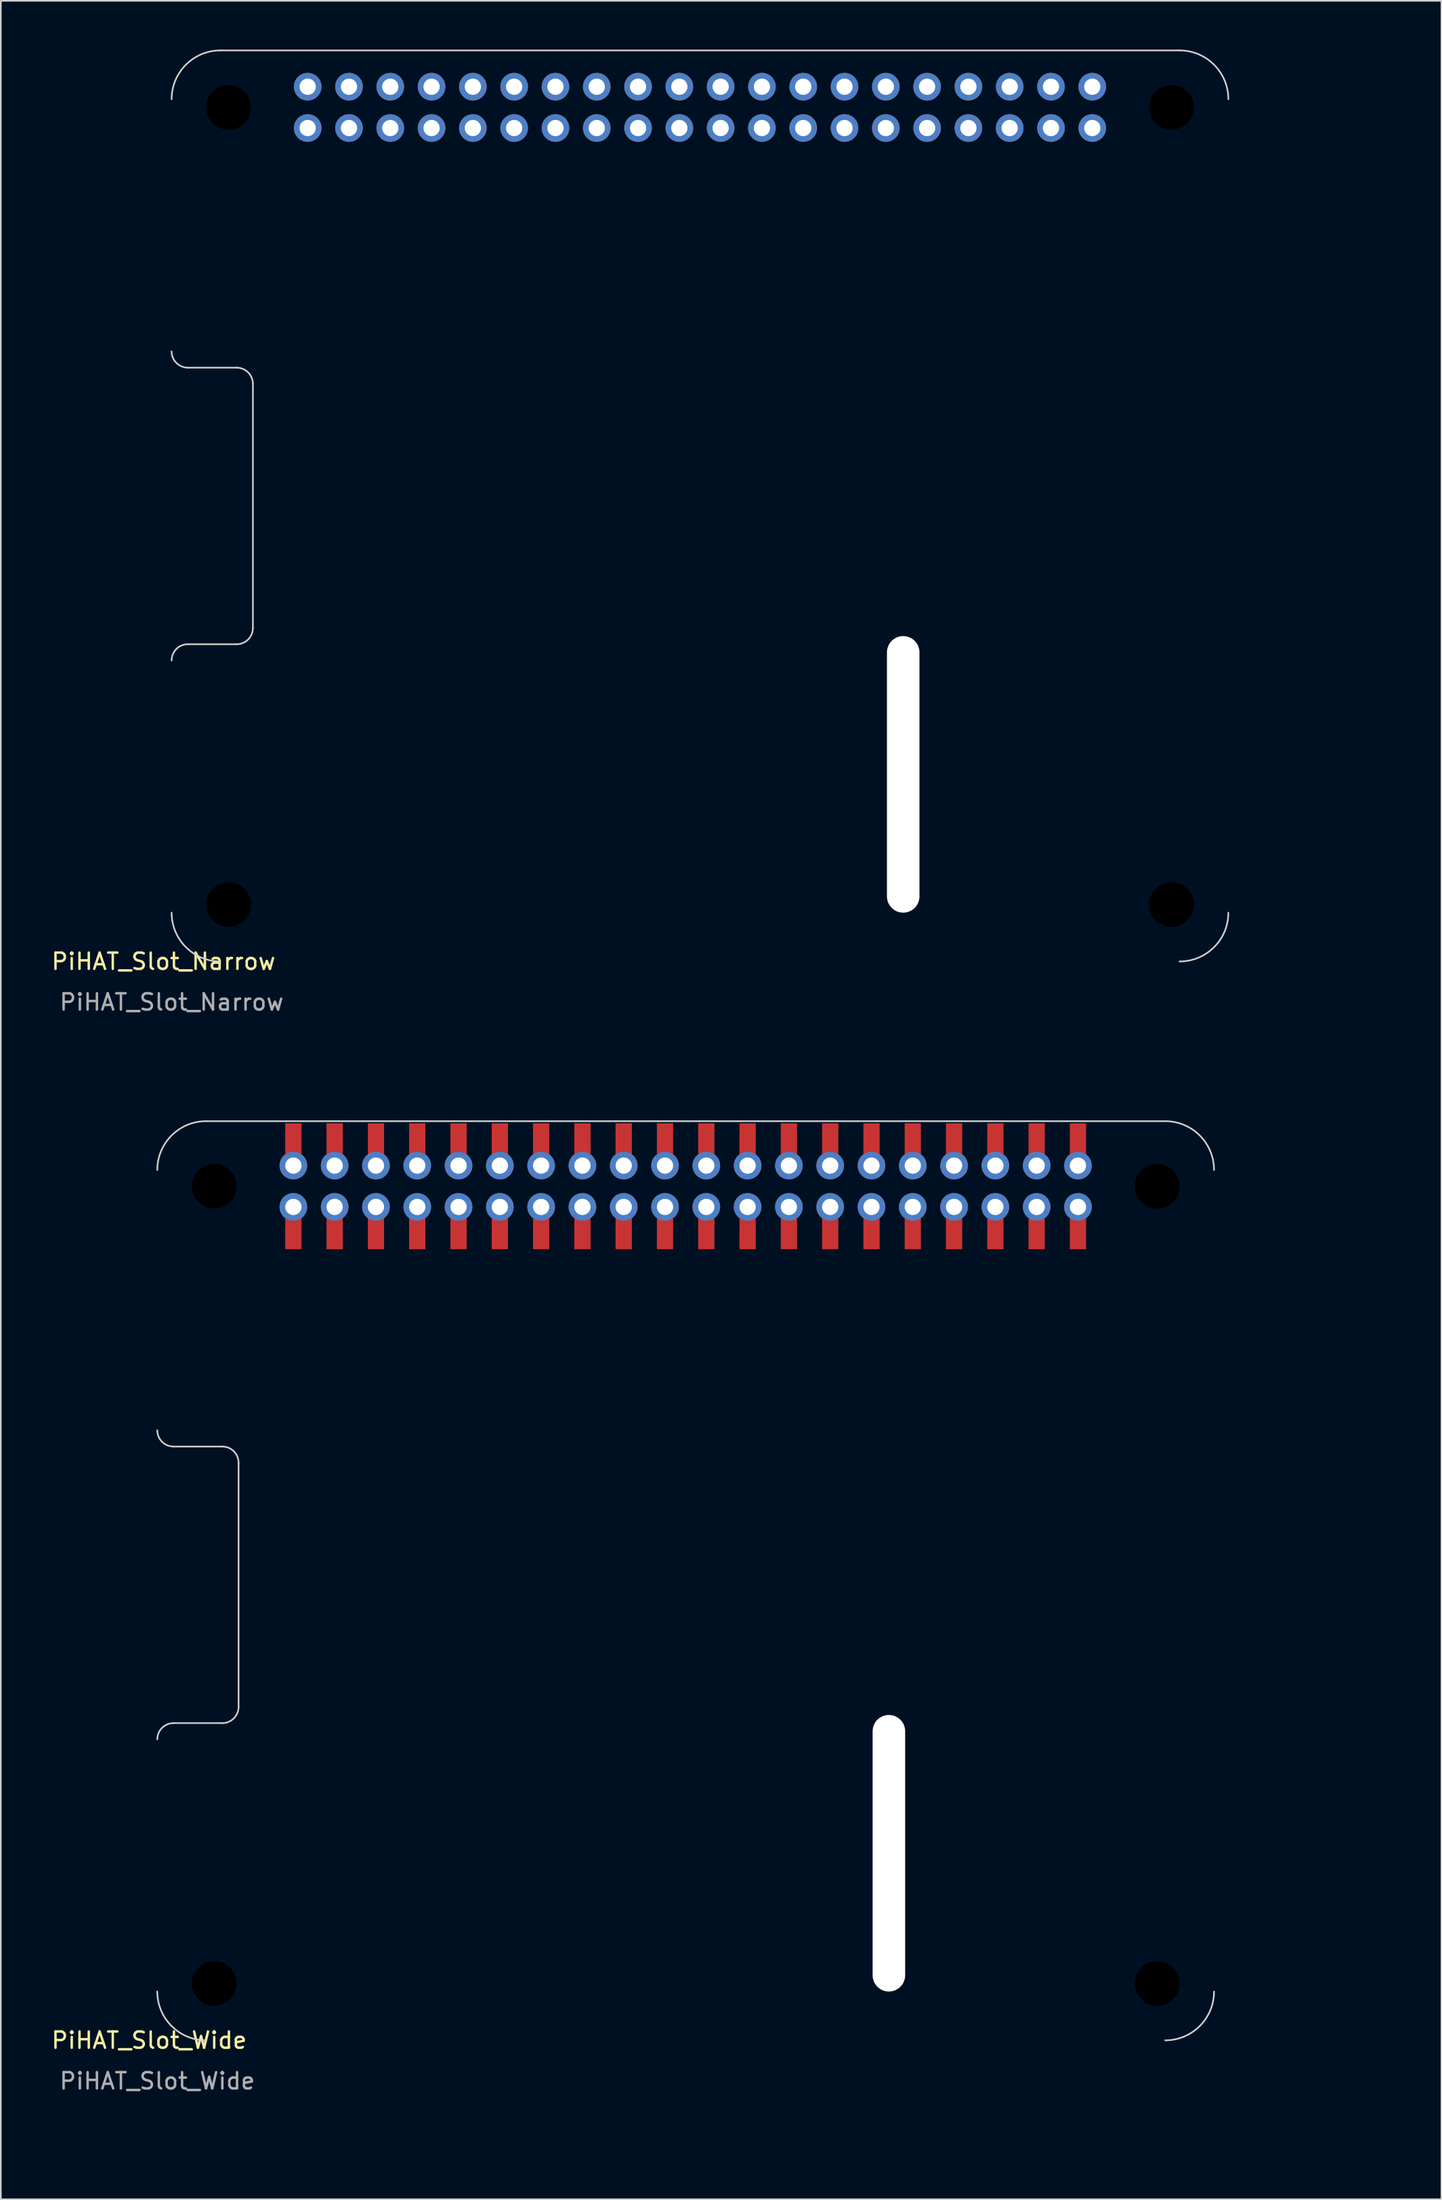
<source format=kicad_pcb>
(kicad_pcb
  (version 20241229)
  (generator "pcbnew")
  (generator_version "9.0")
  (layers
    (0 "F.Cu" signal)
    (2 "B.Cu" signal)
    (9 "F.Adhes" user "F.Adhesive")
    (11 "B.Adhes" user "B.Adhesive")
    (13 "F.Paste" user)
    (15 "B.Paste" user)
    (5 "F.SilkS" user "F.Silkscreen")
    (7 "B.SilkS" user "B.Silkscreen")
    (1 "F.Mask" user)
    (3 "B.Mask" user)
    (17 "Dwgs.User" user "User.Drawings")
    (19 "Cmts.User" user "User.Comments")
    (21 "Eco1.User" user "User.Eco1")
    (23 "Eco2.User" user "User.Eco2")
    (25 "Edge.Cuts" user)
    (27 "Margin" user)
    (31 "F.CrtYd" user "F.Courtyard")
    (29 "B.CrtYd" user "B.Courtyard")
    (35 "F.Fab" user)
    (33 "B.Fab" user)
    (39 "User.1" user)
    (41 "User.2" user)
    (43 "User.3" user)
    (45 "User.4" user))
  (footprint "PiHAT_Slot_Narrow"
    (layer "F.Cu")
    (at 14.606 3.55)
    (property "Reference" "PiHAT_Slot_Narrow" (at -7.6 52.5 0) (unlocked yes) (layer "F.SilkS") (effects (font (size 1 1) (thickness 0.15))))
    (attr through_hole)
    (fp_line (start -6.1 33) (end -3.1 33) (stroke (width 0.1) (type solid)) (layer "Edge.Cuts"))
    (fp_line (start -4.1 -3.5) (end 54.9 -3.5) (stroke (width 0.1) (type default)) (layer "Edge.Cuts"))
    (fp_line (start -3.1 16) (end -6.1 16) (stroke (width 0.1) (type solid)) (layer "Edge.Cuts"))
    (fp_line (start -2.1 32) (end -2.1 17) (stroke (width 0.1) (type solid)) (layer "Edge.Cuts"))
    (fp_arc (start -7.1 -0.5) (mid -6.22132 -2.62132) (end -4.1 -3.5) (stroke (width 0.1) (type solid)) (layer "Edge.Cuts"))
    (fp_arc (start -7.1 34) (mid -6.807106 33.292894) (end -6.1 33) (stroke (width 0.1) (type solid)) (layer "Edge.Cuts"))
    (fp_arc (start -6.1 16) (mid -6.807106 15.707106) (end -7.1 15) (stroke (width 0.1) (type solid)) (layer "Edge.Cuts"))
    (fp_arc (start -4.1 52.5) (mid -6.22132 51.62132) (end -7.1 49.5) (stroke (width 0.1) (type solid)) (layer "Edge.Cuts"))
    (fp_arc (start -3.1 16) (mid -2.392894 16.292894) (end -2.1 17) (stroke (width 0.1) (type solid)) (layer "Edge.Cuts"))
    (fp_arc (start -2.1 32) (mid -2.392894 32.707106) (end -3.1 33) (stroke (width 0.1) (type solid)) (layer "Edge.Cuts"))
    (fp_arc (start 54.9 -3.5) (mid 57.02132 -2.62132) (end 57.9 -0.5) (stroke (width 0.1) (type solid)) (layer "Edge.Cuts"))
    (fp_arc (start 57.9 49.5) (mid 57.02132 51.62132) (end 54.9 52.5) (stroke (width 0.1) (type solid)) (layer "Edge.Cuts"))
    (fp_line (start 37.9 33.5) (end 37.9 48.5) (stroke (width 2) (type solid)) (layer "User.1"))
    (fp_poly (pts (xy 56.94 8.68) (xy 51.86 8.68) (xy 51.86 3.6) (xy 56.94 3.6)) (stroke (width 0.12) (type solid)) (fill no) (layer "User.1"))
    (fp_text user "${REFERENCE}" (at -7.1 55 0) (unlocked yes) (layer "F.Fab") (effects (font (size 1 1) (thickness 0.15))))
    (fp_text user "x 37.9mm y 41mm" (at 45.72 55.88 0) (unlocked yes) (layer "User.1") (effects (font (size 1 1) (thickness 0.15))))
    (fp_text user "w 2mm h 17mm" (at 45.72 58.42 0) (unlocked yes) (layer "User.1") (effects (font (size 1 1) (thickness 0.15))))
    (fp_text user "POE header" (at 63.5 5.08 0) (unlocked yes) (layer "User.1") (effects (font (size 1 1) (thickness 0.15))))
    (fp_text user "Camera slot NPTH Mechanical Oval" (at 50.8 53.34 0) (unlocked yes) (layer "User.1") (effects (font (size 1 1) (thickness 0.15))))
    (pad "" np_thru_hole circle (at -3.6 0) (size 6.2 6.2) (drill 2.75) (layers "*.Mask"))
    (pad "" np_thru_hole circle (at -3.6 49) (size 6.2 6.2) (drill 2.75) (layers "*.Mask"))
    (pad "" np_thru_hole oval (at 37.9 41) (size 2 17) (drill oval 2 17) (layers "*.Cu" "*.Mask"))
    (pad "" np_thru_hole circle (at 54.4 0) (size 6.2 6.2) (drill 2.75) (layers "*.Mask"))
    (pad "" np_thru_hole circle (at 54.4 49) (size 6.2 6.2) (drill 2.75) (layers "*.Mask"))
    (pad "1" thru_hole circle (at 1.27 1.27) (size 1.7 1.7) (drill 1) (layers "*.Cu" "*.Mask"))
    (pad "2" thru_hole circle (at 1.27 -1.27) (size 1.7 1.7) (drill 1) (layers "*.Cu" "*.Mask"))
    (pad "3" thru_hole circle (at 3.81 1.27) (size 1.7 1.7) (drill 1) (layers "*.Cu" "*.Mask"))
    (pad "4" thru_hole circle (at 3.81 -1.27) (size 1.7 1.7) (drill 1) (layers "*.Cu" "*.Mask"))
    (pad "5" thru_hole circle (at 6.35 1.27) (size 1.7 1.7) (drill 1) (layers "*.Cu" "*.Mask"))
    (pad "6" thru_hole circle (at 6.35 -1.27) (size 1.7 1.7) (drill 1) (layers "*.Cu" "*.Mask"))
    (pad "7" thru_hole circle (at 8.89 1.27) (size 1.7 1.7) (drill 1) (layers "*.Cu" "*.Mask"))
    (pad "8" thru_hole circle (at 8.89 -1.27) (size 1.7 1.7) (drill 1) (layers "*.Cu" "*.Mask"))
    (pad "9" thru_hole circle (at 11.43 1.27) (size 1.7 1.7) (drill 1) (layers "*.Cu" "*.Mask"))
    (pad "10" thru_hole circle (at 11.43 -1.27) (size 1.7 1.7) (drill 1) (layers "*.Cu" "*.Mask"))
    (pad "11" thru_hole circle (at 13.97 1.27) (size 1.7 1.7) (drill 1) (layers "*.Cu" "*.Mask"))
    (pad "12" thru_hole circle (at 13.97 -1.27) (size 1.7 1.7) (drill 1) (layers "*.Cu" "*.Mask"))
    (pad "13" thru_hole circle (at 16.51 1.27) (size 1.7 1.7) (drill 1) (layers "*.Cu" "*.Mask"))
    (pad "14" thru_hole circle (at 16.51 -1.27) (size 1.7 1.7) (drill 1) (layers "*.Cu" "*.Mask"))
    (pad "15" thru_hole circle (at 19.05 1.27) (size 1.7 1.7) (drill 1) (layers "*.Cu" "*.Mask"))
    (pad "16" thru_hole circle (at 19.05 -1.27) (size 1.7 1.7) (drill 1) (layers "*.Cu" "*.Mask"))
    (pad "17" thru_hole circle (at 21.59 1.27) (size 1.7 1.7) (drill 1) (layers "*.Cu" "*.Mask"))
    (pad "18" thru_hole circle (at 21.59 -1.27) (size 1.7 1.7) (drill 1) (layers "*.Cu" "*.Mask"))
    (pad "19" thru_hole circle (at 24.13 1.27) (size 1.7 1.7) (drill 1) (layers "*.Cu" "*.Mask"))
    (pad "20" thru_hole circle (at 24.13 -1.27) (size 1.7 1.7) (drill 1) (layers "*.Cu" "*.Mask"))
    (pad "21" thru_hole circle (at 26.67 1.27) (size 1.7 1.7) (drill 1) (layers "*.Cu" "*.Mask"))
    (pad "22" thru_hole circle (at 26.67 -1.27) (size 1.7 1.7) (drill 1) (layers "*.Cu" "*.Mask"))
    (pad "23" thru_hole circle (at 29.21 1.27) (size 1.7 1.7) (drill 1) (layers "*.Cu" "*.Mask"))
    (pad "24" thru_hole circle (at 29.21 -1.27) (size 1.7 1.7) (drill 1) (layers "*.Cu" "*.Mask"))
    (pad "25" thru_hole circle (at 31.75 1.27) (size 1.7 1.7) (drill 1) (layers "*.Cu" "*.Mask"))
    (pad "26" thru_hole circle (at 31.75 -1.27) (size 1.7 1.7) (drill 1) (layers "*.Cu" "*.Mask"))
    (pad "27" thru_hole circle (at 34.29 1.27) (size 1.7 1.7) (drill 1) (layers "*.Cu" "*.Mask"))
    (pad "28" thru_hole circle (at 34.29 -1.27) (size 1.7 1.7) (drill 1) (layers "*.Cu" "*.Mask"))
    (pad "29" thru_hole circle (at 36.83 1.27) (size 1.7 1.7) (drill 1) (layers "*.Cu" "*.Mask"))
    (pad "30" thru_hole circle (at 36.83 -1.27) (size 1.7 1.7) (drill 1) (layers "*.Cu" "*.Mask"))
    (pad "31" thru_hole circle (at 39.37 1.27) (size 1.7 1.7) (drill 1) (layers "*.Cu" "*.Mask"))
    (pad "32" thru_hole circle (at 39.37 -1.27) (size 1.7 1.7) (drill 1) (layers "*.Cu" "*.Mask"))
    (pad "33" thru_hole circle (at 41.91 1.27) (size 1.7 1.7) (drill 1) (layers "*.Cu" "*.Mask"))
    (pad "34" thru_hole circle (at 41.91 -1.27) (size 1.7 1.7) (drill 1) (layers "*.Cu" "*.Mask"))
    (pad "35" thru_hole circle (at 44.45 1.27) (size 1.7 1.7) (drill 1) (layers "*.Cu" "*.Mask"))
    (pad "36" thru_hole circle (at 44.45 -1.27) (size 1.7 1.7) (drill 1) (layers "*.Cu" "*.Mask"))
    (pad "37" thru_hole circle (at 46.99 1.27) (size 1.7 1.7) (drill 1) (layers "*.Cu" "*.Mask"))
    (pad "38" thru_hole circle (at 46.99 -1.27) (size 1.7 1.7) (drill 1) (layers "*.Cu" "*.Mask"))
    (pad "39" thru_hole circle (at 49.53 1.27) (size 1.7 1.7) (drill 1) (layers "*.Cu" "*.Mask"))
    (pad "40" thru_hole circle (at 49.53 -1.27) (size 1.7 1.7) (drill 1) (layers "*.Cu" "*.Mask")))
  (footprint "PiHAT_Slot_Wide"
    (layer "F.Cu")
    (at 13.725 69.868)
    (property "Reference" "PiHAT_Slot_Wide" (at -7.6 52.5 0) (unlocked yes) (layer "F.SilkS") (effects (font (size 1 1) (thickness 0.15))))
    (attr through_hole)
    (fp_line (start -6.1 33) (end -3.1 33) (stroke (width 0.1) (type solid)) (layer "Edge.Cuts"))
    (fp_line (start -4.1 -4) (end 54.9 -4) (stroke (width 0.1) (type default)) (layer "Edge.Cuts"))
    (fp_line (start -3.1 16) (end -6.1 16) (stroke (width 0.1) (type solid)) (layer "Edge.Cuts"))
    (fp_line (start -2.1 32) (end -2.1 17) (stroke (width 0.1) (type solid)) (layer "Edge.Cuts"))
    (fp_arc (start -7.1 -1) (mid -6.22132 -3.12132) (end -4.1 -4) (stroke (width 0.1) (type solid)) (layer "Edge.Cuts"))
    (fp_arc (start -7.1 34) (mid -6.807106 33.292894) (end -6.1 33) (stroke (width 0.1) (type solid)) (layer "Edge.Cuts"))
    (fp_arc (start -6.1 16) (mid -6.807106 15.707106) (end -7.1 15) (stroke (width 0.1) (type solid)) (layer "Edge.Cuts"))
    (fp_arc (start -4.1 52.5) (mid -6.22132 51.62132) (end -7.1 49.5) (stroke (width 0.1) (type solid)) (layer "Edge.Cuts"))
    (fp_arc (start -3.1 16) (mid -2.392894 16.292894) (end -2.1 17) (stroke (width 0.1) (type solid)) (layer "Edge.Cuts"))
    (fp_arc (start -2.1 32) (mid -2.392894 32.707106) (end -3.1 33) (stroke (width 0.1) (type solid)) (layer "Edge.Cuts"))
    (fp_arc (start 54.9 -4) (mid 57.02132 -3.12132) (end 57.9 -1) (stroke (width 0.1) (type solid)) (layer "Edge.Cuts"))
    (fp_arc (start 57.9 49.5) (mid 57.02132 51.62132) (end 54.9 52.5) (stroke (width 0.1) (type solid)) (layer "Edge.Cuts"))
    (fp_line (start 37.9 33.5) (end 37.9 48.5) (stroke (width 2) (type solid)) (layer "User.1"))
    (fp_poly (pts (xy 56.94 8.68) (xy 51.86 8.68) (xy 51.86 3.6) (xy 56.94 3.6)) (stroke (width 0.12) (type solid)) (fill no) (layer "User.1"))
    (fp_text user "${REFERENCE}" (at -7.1 55 0) (unlocked yes) (layer "F.Fab") (effects (font (size 1 1) (thickness 0.15))))
    (fp_text user "x 37.9mm y 41mm" (at 45.72 55.88 0) (unlocked yes) (layer "User.1") (effects (font (size 1 1) (thickness 0.15))))
    (fp_text user "w 2mm h 17mm" (at 45.72 58.42 0) (unlocked yes) (layer "User.1") (effects (font (size 1 1) (thickness 0.15))))
    (fp_text user "POE header" (at 63.5 5.08 0) (unlocked yes) (layer "User.1") (effects (font (size 1 1) (thickness 0.15))))
    (fp_text user "Camera slot NPTH Mechanical Oval" (at 50.8 53.34 0) (unlocked yes) (layer "User.1") (effects (font (size 1 1) (thickness 0.15))))
    (pad "" np_thru_hole circle (at -3.6 0) (size 6.2 6.2) (drill 2.75) (layers "*.Mask"))
    (pad "" np_thru_hole circle (at -3.6 49) (size 6.2 6.2) (drill 2.75) (layers "*.Mask"))
    (pad "" np_thru_hole oval (at 37.9 41) (size 2 17) (drill oval 2 17) (layers "*.Cu" "*.Mask"))
    (pad "" np_thru_hole circle (at 54.4 0) (size 6.2 6.2) (drill 2.75) (layers "*.Mask"))
    (pad "" np_thru_hole circle (at 54.4 49) (size 6.2 6.2) (drill 2.75) (layers "*.Mask"))
    (pad "1" thru_hole circle (at 1.27 1.27) (size 1.7 1.7) (drill 1) (layers "*.Cu" "*.Mask"))
    (pad "1" smd rect (at 1.27 2.92) (size 1 1.9) (layers "F.Cu" "F.Mask" "F.Paste"))
    (pad "2" smd rect (at 1.27 -2.92) (size 1 1.9) (layers "F.Cu" "F.Mask" "F.Paste"))
    (pad "2" thru_hole circle (at 1.27 -1.27) (size 1.7 1.7) (drill 1) (layers "*.Cu" "*.Mask"))
    (pad "3" thru_hole circle (at 3.81 1.27) (size 1.7 1.7) (drill 1) (layers "*.Cu" "*.Mask"))
    (pad "3" smd rect (at 3.81 2.92) (size 1 1.9) (layers "F.Cu" "F.Mask" "F.Paste"))
    (pad "4" smd rect (at 3.81 -2.92) (size 1 1.9) (layers "F.Cu" "F.Mask" "F.Paste"))
    (pad "4" thru_hole circle (at 3.81 -1.27) (size 1.7 1.7) (drill 1) (layers "*.Cu" "*.Mask"))
    (pad "5" thru_hole circle (at 6.35 1.27) (size 1.7 1.7) (drill 1) (layers "*.Cu" "*.Mask"))
    (pad "5" smd rect (at 6.35 2.92) (size 1 1.9) (layers "F.Cu" "F.Mask" "F.Paste"))
    (pad "6" smd rect (at 6.35 -2.92) (size 1 1.9) (layers "F.Cu" "F.Mask" "F.Paste"))
    (pad "6" thru_hole circle (at 6.35 -1.27) (size 1.7 1.7) (drill 1) (layers "*.Cu" "*.Mask"))
    (pad "7" thru_hole circle (at 8.89 1.27) (size 1.7 1.7) (drill 1) (layers "*.Cu" "*.Mask"))
    (pad "7" smd rect (at 8.89 2.92) (size 1 1.9) (layers "F.Cu" "F.Mask" "F.Paste"))
    (pad "8" smd rect (at 8.89 -2.92) (size 1 1.9) (layers "F.Cu" "F.Mask" "F.Paste"))
    (pad "8" thru_hole circle (at 8.89 -1.27) (size 1.7 1.7) (drill 1) (layers "*.Cu" "*.Mask"))
    (pad "9" thru_hole circle (at 11.43 1.27) (size 1.7 1.7) (drill 1) (layers "*.Cu" "*.Mask"))
    (pad "9" smd rect (at 11.43 2.92) (size 1 1.9) (layers "F.Cu" "F.Mask" "F.Paste"))
    (pad "10" smd rect (at 11.43 -2.92) (size 1 1.9) (layers "F.Cu" "F.Mask" "F.Paste"))
    (pad "10" thru_hole circle (at 11.43 -1.27) (size 1.7 1.7) (drill 1) (layers "*.Cu" "*.Mask"))
    (pad "11" thru_hole circle (at 13.97 1.27) (size 1.7 1.7) (drill 1) (layers "*.Cu" "*.Mask"))
    (pad "11" smd rect (at 13.97 2.92) (size 1 1.9) (layers "F.Cu" "F.Mask" "F.Paste"))
    (pad "12" smd rect (at 13.97 -2.92) (size 1 1.9) (layers "F.Cu" "F.Mask" "F.Paste"))
    (pad "12" thru_hole circle (at 13.97 -1.27) (size 1.7 1.7) (drill 1) (layers "*.Cu" "*.Mask"))
    (pad "13" thru_hole circle (at 16.51 1.27) (size 1.7 1.7) (drill 1) (layers "*.Cu" "*.Mask"))
    (pad "13" smd rect (at 16.51 2.92) (size 1 1.9) (layers "F.Cu" "F.Mask" "F.Paste"))
    (pad "14" smd rect (at 16.51 -2.92) (size 1 1.9) (layers "F.Cu" "F.Mask" "F.Paste"))
    (pad "14" thru_hole circle (at 16.51 -1.27) (size 1.7 1.7) (drill 1) (layers "*.Cu" "*.Mask"))
    (pad "15" thru_hole circle (at 19.05 1.27) (size 1.7 1.7) (drill 1) (layers "*.Cu" "*.Mask"))
    (pad "15" smd rect (at 19.05 2.92) (size 1 1.9) (layers "F.Cu" "F.Mask" "F.Paste"))
    (pad "16" smd rect (at 19.05 -2.92) (size 1 1.9) (layers "F.Cu" "F.Mask" "F.Paste"))
    (pad "16" thru_hole circle (at 19.05 -1.27) (size 1.7 1.7) (drill 1) (layers "*.Cu" "*.Mask"))
    (pad "17" thru_hole circle (at 21.59 1.27) (size 1.7 1.7) (drill 1) (layers "*.Cu" "*.Mask"))
    (pad "17" smd rect (at 21.59 2.92) (size 1 1.9) (layers "F.Cu" "F.Mask" "F.Paste"))
    (pad "18" smd rect (at 21.59 -2.92) (size 1 1.9) (layers "F.Cu" "F.Mask" "F.Paste"))
    (pad "18" thru_hole circle (at 21.59 -1.27) (size 1.7 1.7) (drill 1) (layers "*.Cu" "*.Mask"))
    (pad "19" thru_hole circle (at 24.13 1.27) (size 1.7 1.7) (drill 1) (layers "*.Cu" "*.Mask"))
    (pad "19" smd rect (at 24.13 2.92) (size 1 1.9) (layers "F.Cu" "F.Mask" "F.Paste"))
    (pad "20" smd rect (at 24.13 -2.92) (size 1 1.9) (layers "F.Cu" "F.Mask" "F.Paste"))
    (pad "20" thru_hole circle (at 24.13 -1.27) (size 1.7 1.7) (drill 1) (layers "*.Cu" "*.Mask"))
    (pad "21" thru_hole circle (at 26.67 1.27) (size 1.7 1.7) (drill 1) (layers "*.Cu" "*.Mask"))
    (pad "21" smd rect (at 26.67 2.92) (size 1 1.9) (layers "F.Cu" "F.Mask" "F.Paste"))
    (pad "22" smd rect (at 26.67 -2.92) (size 1 1.9) (layers "F.Cu" "F.Mask" "F.Paste"))
    (pad "22" thru_hole circle (at 26.67 -1.27) (size 1.7 1.7) (drill 1) (layers "*.Cu" "*.Mask"))
    (pad "23" thru_hole circle (at 29.21 1.27) (size 1.7 1.7) (drill 1) (layers "*.Cu" "*.Mask"))
    (pad "23" smd rect (at 29.21 2.92) (size 1 1.9) (layers "F.Cu" "F.Mask" "F.Paste"))
    (pad "24" smd rect (at 29.21 -2.92) (size 1 1.9) (layers "F.Cu" "F.Mask" "F.Paste"))
    (pad "24" thru_hole circle (at 29.21 -1.27) (size 1.7 1.7) (drill 1) (layers "*.Cu" "*.Mask"))
    (pad "25" thru_hole circle (at 31.75 1.27) (size 1.7 1.7) (drill 1) (layers "*.Cu" "*.Mask"))
    (pad "25" smd rect (at 31.75 2.92) (size 1 1.9) (layers "F.Cu" "F.Mask" "F.Paste"))
    (pad "26" smd rect (at 31.75 -2.92) (size 1 1.9) (layers "F.Cu" "F.Mask" "F.Paste"))
    (pad "26" thru_hole circle (at 31.75 -1.27) (size 1.7 1.7) (drill 1) (layers "*.Cu" "*.Mask"))
    (pad "27" thru_hole circle (at 34.29 1.27) (size 1.7 1.7) (drill 1) (layers "*.Cu" "*.Mask"))
    (pad "27" smd rect (at 34.29 2.92) (size 1 1.9) (layers "F.Cu" "F.Mask" "F.Paste"))
    (pad "28" smd rect (at 34.29 -2.92) (size 1 1.9) (layers "F.Cu" "F.Mask" "F.Paste"))
    (pad "28" thru_hole circle (at 34.29 -1.27) (size 1.7 1.7) (drill 1) (layers "*.Cu" "*.Mask"))
    (pad "29" thru_hole circle (at 36.83 1.27) (size 1.7 1.7) (drill 1) (layers "*.Cu" "*.Mask"))
    (pad "29" smd rect (at 36.83 2.92) (size 1 1.9) (layers "F.Cu" "F.Mask" "F.Paste"))
    (pad "30" smd rect (at 36.83 -2.92) (size 1 1.9) (layers "F.Cu" "F.Mask" "F.Paste"))
    (pad "30" thru_hole circle (at 36.83 -1.27) (size 1.7 1.7) (drill 1) (layers "*.Cu" "*.Mask"))
    (pad "31" thru_hole circle (at 39.37 1.27) (size 1.7 1.7) (drill 1) (layers "*.Cu" "*.Mask"))
    (pad "31" smd rect (at 39.37 2.92) (size 1 1.9) (layers "F.Cu" "F.Mask" "F.Paste"))
    (pad "32" smd rect (at 39.37 -2.92) (size 1 1.9) (layers "F.Cu" "F.Mask" "F.Paste"))
    (pad "32" thru_hole circle (at 39.37 -1.27) (size 1.7 1.7) (drill 1) (layers "*.Cu" "*.Mask"))
    (pad "33" thru_hole circle (at 41.91 1.27) (size 1.7 1.7) (drill 1) (layers "*.Cu" "*.Mask"))
    (pad "33" smd rect (at 41.91 2.92) (size 1 1.9) (layers "F.Cu" "F.Mask" "F.Paste"))
    (pad "34" smd rect (at 41.91 -2.92) (size 1 1.9) (layers "F.Cu" "F.Mask" "F.Paste"))
    (pad "34" thru_hole circle (at 41.91 -1.27) (size 1.7 1.7) (drill 1) (layers "*.Cu" "*.Mask"))
    (pad "35" thru_hole circle (at 44.45 1.27) (size 1.7 1.7) (drill 1) (layers "*.Cu" "*.Mask"))
    (pad "35" smd rect (at 44.45 2.92) (size 1 1.9) (layers "F.Cu" "F.Mask" "F.Paste"))
    (pad "36" smd rect (at 44.45 -2.92) (size 1 1.9) (layers "F.Cu" "F.Mask" "F.Paste"))
    (pad "36" thru_hole circle (at 44.45 -1.27) (size 1.7 1.7) (drill 1) (layers "*.Cu" "*.Mask"))
    (pad "37" thru_hole circle (at 46.99 1.27) (size 1.7 1.7) (drill 1) (layers "*.Cu" "*.Mask"))
    (pad "37" smd rect (at 46.99 2.92) (size 1 1.9) (layers "F.Cu" "F.Mask" "F.Paste"))
    (pad "38" smd rect (at 46.99 -2.92) (size 1 1.9) (layers "F.Cu" "F.Mask" "F.Paste"))
    (pad "38" thru_hole circle (at 46.99 -1.27) (size 1.7 1.7) (drill 1) (layers "*.Cu" "*.Mask"))
    (pad "39" thru_hole circle (at 49.53 1.27) (size 1.7 1.7) (drill 1) (layers "*.Cu" "*.Mask"))
    (pad "39" smd rect (at 49.53 2.92) (size 1 1.9) (layers "F.Cu" "F.Mask" "F.Paste"))
    (pad "40" smd rect (at 49.53 -2.92) (size 1 1.9) (layers "F.Cu" "F.Mask" "F.Paste"))
    (pad "40" thru_hole circle (at 49.53 -1.27) (size 1.7 1.7) (drill 1) (layers "*.Cu" "*.Mask")))
  (gr_rect
    (start -3 -3)
    (end 85.612 132.137)
    (stroke (width 0.1) (type default))
    (fill no)
    (layer "Edge.Cuts")))
</source>
